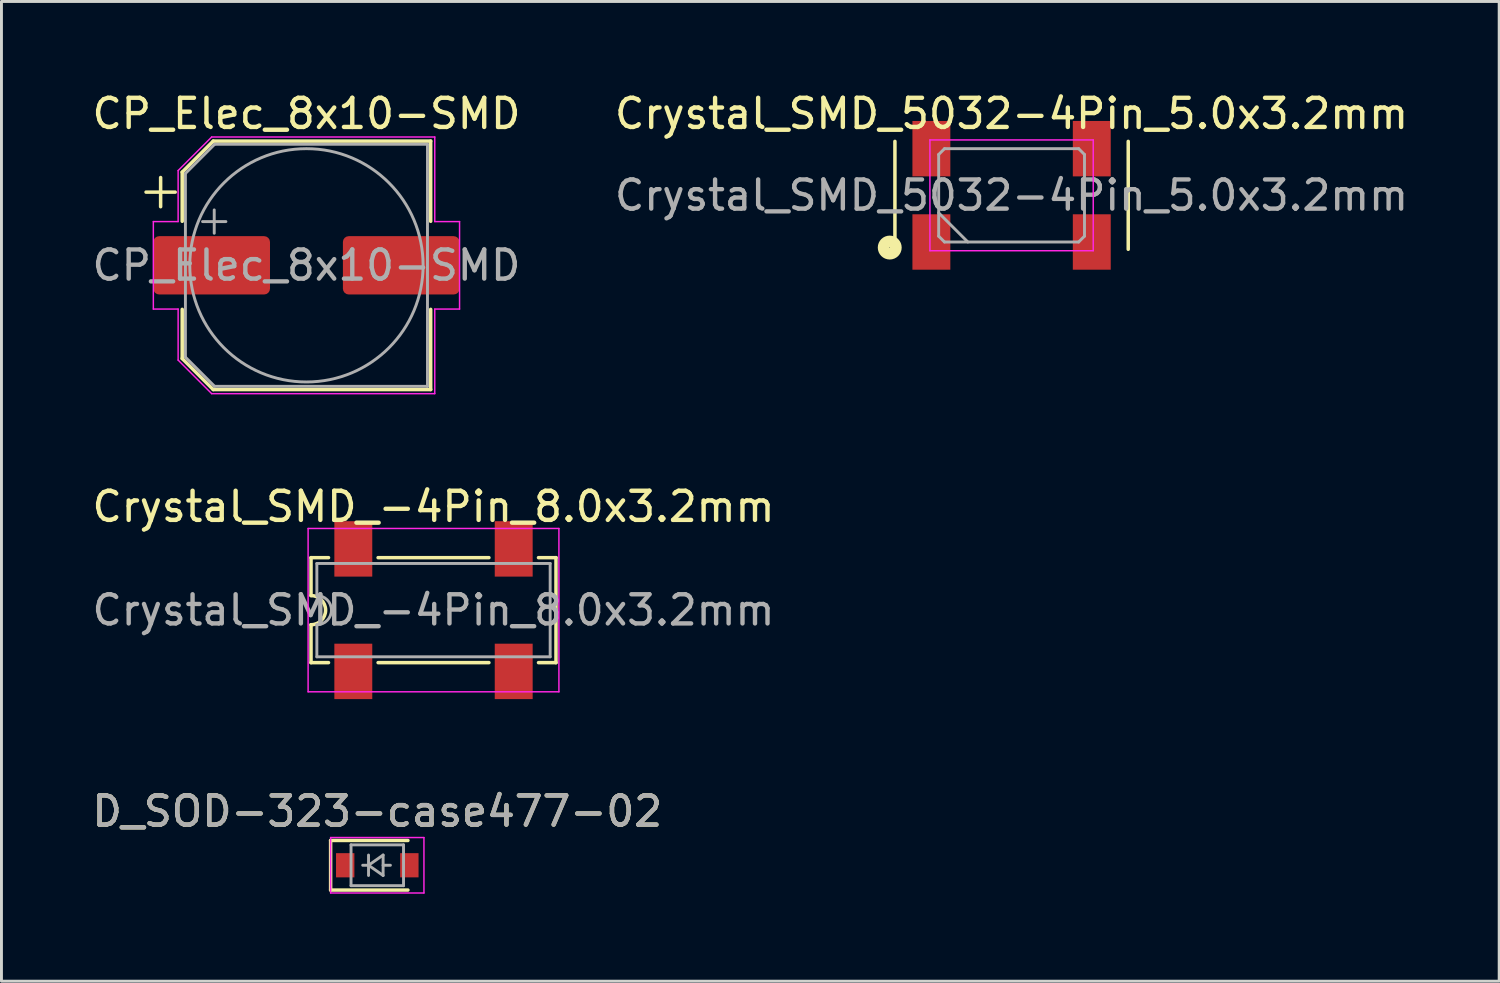
<source format=kicad_pcb>
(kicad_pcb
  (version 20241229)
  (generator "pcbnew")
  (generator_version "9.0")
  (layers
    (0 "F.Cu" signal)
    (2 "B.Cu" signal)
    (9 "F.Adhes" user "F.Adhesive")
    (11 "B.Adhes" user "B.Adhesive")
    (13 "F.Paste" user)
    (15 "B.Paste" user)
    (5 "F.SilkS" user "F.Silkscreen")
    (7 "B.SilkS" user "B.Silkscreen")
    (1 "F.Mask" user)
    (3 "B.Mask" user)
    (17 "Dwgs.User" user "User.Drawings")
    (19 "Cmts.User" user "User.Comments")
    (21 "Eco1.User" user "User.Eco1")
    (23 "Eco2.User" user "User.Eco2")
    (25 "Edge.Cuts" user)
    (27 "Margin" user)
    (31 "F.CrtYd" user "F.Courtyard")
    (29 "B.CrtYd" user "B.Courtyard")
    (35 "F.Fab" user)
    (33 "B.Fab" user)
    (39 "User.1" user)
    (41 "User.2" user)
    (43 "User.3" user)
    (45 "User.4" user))
  (footprint "D_SOD-323-case477-02"
    (layer "F.Cu")
    (at 9.887 26.62)
    (property "Reference" "D_SOD-323-case477-02" (at 0 -1.85 0) (layer "F.SilkS") (effects (font (size 1 1) (thickness 0.15))))
    (attr smd)
    (fp_line (start -1.6 -0.85) (end -1.6 0.85) (stroke (width 0.12) (type solid)) (layer "F.SilkS"))
    (fp_line (start -1.6 -0.85) (end 1.05 -0.85) (stroke (width 0.12) (type solid)) (layer "F.SilkS"))
    (fp_line (start -1.6 0.85) (end 1.05 0.85) (stroke (width 0.12) (type solid)) (layer "F.SilkS"))
    (fp_line (start -1.6 -0.95) (end -1.6 0.95) (stroke (width 0.05) (type solid)) (layer "F.CrtYd"))
    (fp_line (start -1.6 -0.95) (end 1.6 -0.95) (stroke (width 0.05) (type solid)) (layer "F.CrtYd"))
    (fp_line (start -1.6 0.95) (end 1.6 0.95) (stroke (width 0.05) (type solid)) (layer "F.CrtYd"))
    (fp_line (start 1.6 -0.95) (end 1.6 0.95) (stroke (width 0.05) (type solid)) (layer "F.CrtYd"))
    (fp_line (start -0.9 -0.7) (end 0.9 -0.7) (stroke (width 0.1) (type solid)) (layer "F.Fab"))
    (fp_line (start -0.9 0.7) (end -0.9 -0.7) (stroke (width 0.1) (type solid)) (layer "F.Fab"))
    (fp_line (start -0.3 -0.35) (end -0.3 0.35) (stroke (width 0.1) (type solid)) (layer "F.Fab"))
    (fp_line (start -0.3 0) (end -0.5 0) (stroke (width 0.1) (type solid)) (layer "F.Fab"))
    (fp_line (start -0.3 0) (end 0.2 -0.35) (stroke (width 0.1) (type solid)) (layer "F.Fab"))
    (fp_line (start 0.2 -0.35) (end 0.2 0.35) (stroke (width 0.1) (type solid)) (layer "F.Fab"))
    (fp_line (start 0.2 0) (end 0.45 0) (stroke (width 0.1) (type solid)) (layer "F.Fab"))
    (fp_line (start 0.2 0.35) (end -0.3 0) (stroke (width 0.1) (type solid)) (layer "F.Fab"))
    (fp_line (start 0.9 -0.7) (end 0.9 0.7) (stroke (width 0.1) (type solid)) (layer "F.Fab"))
    (fp_line (start 0.9 0.7) (end -0.9 0.7) (stroke (width 0.1) (type solid)) (layer "F.Fab"))
    (fp_text user "${REFERENCE}" (at 0 -1.85 0) (layer "F.Fab") (effects (font (size 1 1) (thickness 0.15))))
    (pad "1" smd rect (at -1.1 0) (size 0.63 0.83) (layers "F.Cu" "F.Mask" "F.Paste"))
    (pad "2" smd rect (at 1.1 0) (size 0.63 0.83) (layers "F.Cu" "F.Mask" "F.Paste")))
  (footprint "Crystal_SMD_-4Pin_8.0x3.2mm"
    (layer "F.Cu")
    (at 11.815 17.872)
    (property "Reference" "Crystal_SMD_-4Pin_8.0x3.2mm" (at 0 -3.55 0) (layer "F.SilkS") (effects (font (size 1 1) (thickness 0.15))))
    (attr smd)
    (fp_line (start -4.2 -1.8) (end -3.6 -1.8) (stroke (width 0.12) (type solid)) (layer "F.SilkS"))
    (fp_line (start -4.2 -0.5) (end -4.2 -1.8) (stroke (width 0.12) (type solid)) (layer "F.SilkS"))
    (fp_line (start -4.2 1.8) (end -4.2 0.5) (stroke (width 0.12) (type solid)) (layer "F.SilkS"))
    (fp_line (start -4.2 1.8) (end -3.6 1.8) (stroke (width 0.12) (type solid)) (layer "F.SilkS"))
    (fp_line (start -1.9 -1.8) (end 1.9 -1.8) (stroke (width 0.12) (type solid)) (layer "F.SilkS"))
    (fp_line (start 1.9 1.8) (end -1.9 1.8) (stroke (width 0.12) (type solid)) (layer "F.SilkS"))
    (fp_line (start 3.6 -1.8) (end 4.2 -1.8) (stroke (width 0.12) (type solid)) (layer "F.SilkS"))
    (fp_line (start 4.2 -1.8) (end 4.2 1.8) (stroke (width 0.12) (type solid)) (layer "F.SilkS"))
    (fp_line (start 4.2 1.8) (end 3.6 1.8) (stroke (width 0.12) (type solid)) (layer "F.SilkS"))
    (fp_arc (start -4.2 -0.5) (mid -3.7 0) (end -4.2 0.5) (stroke (width 0.12) (type solid)) (layer "F.SilkS"))
    (fp_line (start -4.3 -2.8) (end -4.3 2.8) (stroke (width 0.05) (type solid)) (layer "F.CrtYd"))
    (fp_line (start -4.3 2.8) (end 4.3 2.8) (stroke (width 0.05) (type solid)) (layer "F.CrtYd"))
    (fp_line (start 4.3 -2.8) (end -4.3 -2.8) (stroke (width 0.05) (type solid)) (layer "F.CrtYd"))
    (fp_line (start 4.3 2.8) (end 4.3 -2.8) (stroke (width 0.05) (type solid)) (layer "F.CrtYd"))
    (fp_line (start -4 -1.6) (end 4 -1.6) (stroke (width 0.1) (type solid)) (layer "F.Fab"))
    (fp_line (start -4 -0.5) (end -4 -1.6) (stroke (width 0.1) (type solid)) (layer "F.Fab"))
    (fp_line (start -4 1.6) (end -4 0.5) (stroke (width 0.1) (type solid)) (layer "F.Fab"))
    (fp_line (start 4 -1.6) (end 4 1.6) (stroke (width 0.1) (type solid)) (layer "F.Fab"))
    (fp_line (start 4 1.6) (end -4 1.6) (stroke (width 0.1) (type solid)) (layer "F.Fab"))
    (fp_arc (start -4 -0.5) (mid -3.5 0) (end -4 0.5) (stroke (width 0.1) (type solid)) (layer "F.Fab"))
    (fp_text user "${REFERENCE}" (at 0 0 0) (layer "F.Fab") (effects (font (size 1 1) (thickness 0.15))))
    (pad "1" smd rect (at -2.75 2.1) (size 1.3 1.9) (layers "F.Cu" "F.Mask" "F.Paste"))
    (pad "2" smd rect (at 2.75 2.1) (size 1.3 1.9) (layers "F.Cu" "F.Mask" "F.Paste"))
    (pad "3" smd rect (at 2.75 -2.1) (size 1.3 1.9) (layers "F.Cu" "F.Mask" "F.Paste"))
    (pad "4" smd rect (at -2.75 -2.1) (size 1.3 1.9) (layers "F.Cu" "F.Mask" "F.Paste")))
  (footprint "Crystal_SMD_5032-4Pin_5.0x3.2mm"
    (layer "F.Cu")
    (at 31.637 3.648)
    (property "Reference" "Crystal_SMD_5032-4Pin_5.0x3.2mm" (at 0 -2.8 0) (layer "F.SilkS") (effects (font (size 1 1) (thickness 0.15))))
    (attr smd)
    (fp_line (start -4 -1.85) (end -4 1.85) (stroke (width 0.12) (type solid)) (layer "F.SilkS"))
    (fp_line (start 4 -1.85) (end 4 1.85) (stroke (width 0.12) (type solid)) (layer "F.SilkS"))
    (fp_circle (center -4.178 1.791) (end -3.968 1.791) (stroke (width 0.4) (type solid)) (fill no) (layer "F.SilkS"))
    (fp_line (start -2.8 -1.9) (end -2.8 1.9) (stroke (width 0.05) (type solid)) (layer "F.CrtYd"))
    (fp_line (start -2.8 1.9) (end 2.8 1.9) (stroke (width 0.05) (type solid)) (layer "F.CrtYd"))
    (fp_line (start 2.8 -1.9) (end -2.8 -1.9) (stroke (width 0.05) (type solid)) (layer "F.CrtYd"))
    (fp_line (start 2.8 1.9) (end 2.8 -1.9) (stroke (width 0.05) (type solid)) (layer "F.CrtYd"))
    (fp_line (start -2.5 -1.4) (end -2.3 -1.6) (stroke (width 0.1) (type solid)) (layer "F.Fab"))
    (fp_line (start -2.5 0.6) (end -1.5 1.6) (stroke (width 0.1) (type solid)) (layer "F.Fab"))
    (fp_line (start -2.5 1.4) (end -2.5 -1.4) (stroke (width 0.1) (type solid)) (layer "F.Fab"))
    (fp_line (start -2.3 -1.6) (end 2.3 -1.6) (stroke (width 0.1) (type solid)) (layer "F.Fab"))
    (fp_line (start -2.3 1.6) (end -2.5 1.4) (stroke (width 0.1) (type solid)) (layer "F.Fab"))
    (fp_line (start 2.3 -1.6) (end 2.5 -1.4) (stroke (width 0.1) (type solid)) (layer "F.Fab"))
    (fp_line (start 2.3 1.6) (end -2.3 1.6) (stroke (width 0.1) (type solid)) (layer "F.Fab"))
    (fp_line (start 2.5 -1.4) (end 2.5 1.4) (stroke (width 0.1) (type solid)) (layer "F.Fab"))
    (fp_line (start 2.5 1.4) (end 2.3 1.6) (stroke (width 0.1) (type solid)) (layer "F.Fab"))
    (fp_text user "${REFERENCE}" (at 0 0 0) (layer "F.Fab") (effects (font (size 1 1) (thickness 0.15))))
    (pad "1" smd rect (at -2.75 1.6) (size 1.3 1.9) (layers "F.Cu" "F.Mask" "F.Paste"))
    (pad "2" smd rect (at 2.75 1.6) (size 1.3 1.9) (layers "F.Cu" "F.Mask" "F.Paste"))
    (pad "3" smd rect (at 2.75 -1.6) (size 1.3 1.9) (layers "F.Cu" "F.Mask" "F.Paste"))
    (pad "4" smd rect (at -2.75 -1.6) (size 1.3 1.9) (layers "F.Cu" "F.Mask" "F.Paste")))
  (footprint "CP_Elec_8x10-SMD"
    (layer "F.Cu")
    (at 7.458 6.048)
    (property "Reference" "CP_Elec_8x10-SMD" (at 0 -5.2 0) (layer "F.SilkS") (effects (font (size 1 1) (thickness 0.15))))
    (attr smd)
    (fp_line (start -5.5 -2.51) (end -4.5 -2.51) (stroke (width 0.12) (type solid)) (layer "F.SilkS"))
    (fp_line (start -5 -3.01) (end -5 -2.01) (stroke (width 0.12) (type solid)) (layer "F.SilkS"))
    (fp_line (start -4.26 -3.196) (end -4.26 -1.51) (stroke (width 0.12) (type solid)) (layer "F.SilkS"))
    (fp_line (start -4.26 -3.196) (end -3.196 -4.26) (stroke (width 0.12) (type solid)) (layer "F.SilkS"))
    (fp_line (start -4.26 3.196) (end -4.26 1.51) (stroke (width 0.12) (type solid)) (layer "F.SilkS"))
    (fp_line (start -4.26 3.196) (end -3.196 4.26) (stroke (width 0.12) (type solid)) (layer "F.SilkS"))
    (fp_line (start -3.196 -4.26) (end 4.26 -4.26) (stroke (width 0.12) (type solid)) (layer "F.SilkS"))
    (fp_line (start -3.196 4.26) (end 4.26 4.26) (stroke (width 0.12) (type solid)) (layer "F.SilkS"))
    (fp_line (start 4.26 -4.26) (end 4.26 -1.51) (stroke (width 0.12) (type solid)) (layer "F.SilkS"))
    (fp_line (start 4.26 4.26) (end 4.26 1.51) (stroke (width 0.12) (type solid)) (layer "F.SilkS"))
    (fp_line (start -5.25 -1.5) (end -5.25 1.5) (stroke (width 0.05) (type solid)) (layer "F.CrtYd"))
    (fp_line (start -5.25 1.5) (end -4.4 1.5) (stroke (width 0.05) (type solid)) (layer "F.CrtYd"))
    (fp_line (start -4.4 -3.25) (end -4.4 -1.5) (stroke (width 0.05) (type solid)) (layer "F.CrtYd"))
    (fp_line (start -4.4 -3.25) (end -3.25 -4.4) (stroke (width 0.05) (type solid)) (layer "F.CrtYd"))
    (fp_line (start -4.4 -1.5) (end -5.25 -1.5) (stroke (width 0.05) (type solid)) (layer "F.CrtYd"))
    (fp_line (start -4.4 1.5) (end -4.4 3.25) (stroke (width 0.05) (type solid)) (layer "F.CrtYd"))
    (fp_line (start -4.4 3.25) (end -3.25 4.4) (stroke (width 0.05) (type solid)) (layer "F.CrtYd"))
    (fp_line (start -3.25 -4.4) (end 4.4 -4.4) (stroke (width 0.05) (type solid)) (layer "F.CrtYd"))
    (fp_line (start -3.25 4.4) (end 4.4 4.4) (stroke (width 0.05) (type solid)) (layer "F.CrtYd"))
    (fp_line (start 4.4 -4.4) (end 4.4 -1.5) (stroke (width 0.05) (type solid)) (layer "F.CrtYd"))
    (fp_line (start 4.4 -1.5) (end 5.25 -1.5) (stroke (width 0.05) (type solid)) (layer "F.CrtYd"))
    (fp_line (start 4.4 1.5) (end 4.4 4.4) (stroke (width 0.05) (type solid)) (layer "F.CrtYd"))
    (fp_line (start 5.25 -1.5) (end 5.25 1.5) (stroke (width 0.05) (type solid)) (layer "F.CrtYd"))
    (fp_line (start 5.25 1.5) (end 4.4 1.5) (stroke (width 0.05) (type solid)) (layer "F.CrtYd"))
    (fp_line (start -4.15 -3.15) (end -4.15 3.15) (stroke (width 0.1) (type solid)) (layer "F.Fab"))
    (fp_line (start -4.15 -3.15) (end -3.15 -4.15) (stroke (width 0.1) (type solid)) (layer "F.Fab"))
    (fp_line (start -4.15 3.15) (end -3.15 4.15) (stroke (width 0.1) (type solid)) (layer "F.Fab"))
    (fp_line (start -3.562 -1.5) (end -2.762 -1.5) (stroke (width 0.1) (type solid)) (layer "F.Fab"))
    (fp_line (start -3.162 -1.9) (end -3.162 -1.1) (stroke (width 0.1) (type solid)) (layer "F.Fab"))
    (fp_line (start -3.15 -4.15) (end 4.15 -4.15) (stroke (width 0.1) (type solid)) (layer "F.Fab"))
    (fp_line (start -3.15 4.15) (end 4.15 4.15) (stroke (width 0.1) (type solid)) (layer "F.Fab"))
    (fp_line (start 4.15 -4.15) (end 4.15 4.15) (stroke (width 0.1) (type solid)) (layer "F.Fab"))
    (fp_circle (center 0 0) (end 4 0) (stroke (width 0.1) (type solid)) (fill no) (layer "F.Fab"))
    (fp_text user "${REFERENCE}" (at 0 0 0) (layer "F.Fab") (effects (font (size 1 1) (thickness 0.15))))
    (pad "1" smd roundrect (at -3.25 0) (size 4 2) (layers "F.Cu" "F.Mask" "F.Paste") (roundrect_rratio 0.1))
    (pad "2" smd roundrect (at 3.25 0) (size 4 2) (layers "F.Cu" "F.Mask" "F.Paste") (roundrect_rratio 0.1)))
  (gr_rect
    (start -3 -3)
    (end 48.357 30.595)
    (stroke (width 0.1) (type default))
    (fill no)
    (layer "Edge.Cuts")))
</source>
